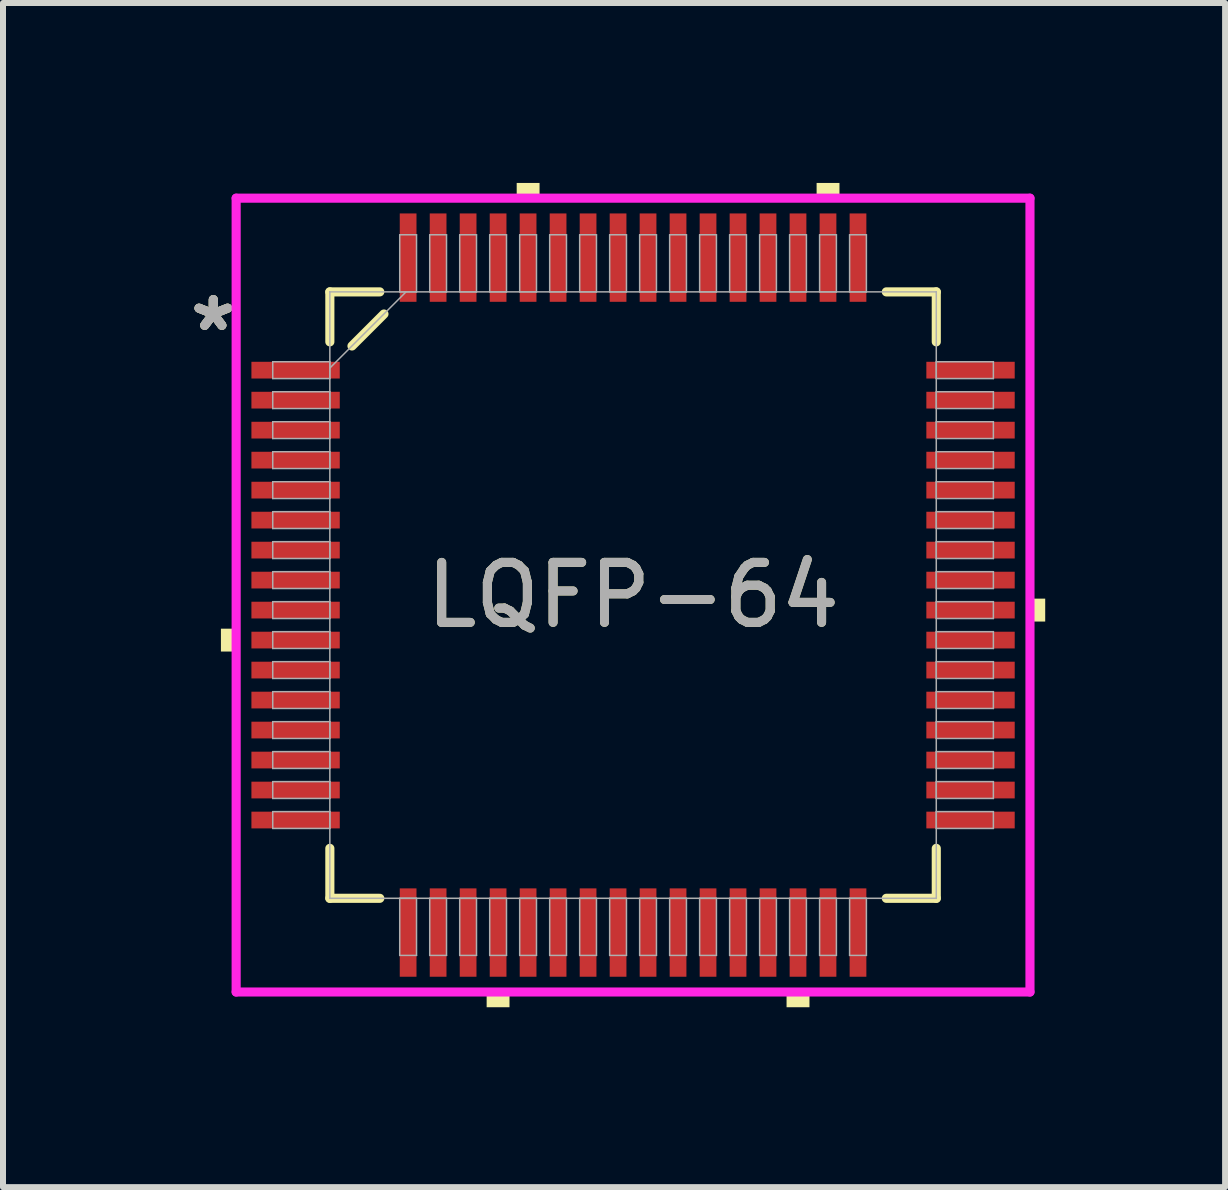
<source format=kicad_pcb>
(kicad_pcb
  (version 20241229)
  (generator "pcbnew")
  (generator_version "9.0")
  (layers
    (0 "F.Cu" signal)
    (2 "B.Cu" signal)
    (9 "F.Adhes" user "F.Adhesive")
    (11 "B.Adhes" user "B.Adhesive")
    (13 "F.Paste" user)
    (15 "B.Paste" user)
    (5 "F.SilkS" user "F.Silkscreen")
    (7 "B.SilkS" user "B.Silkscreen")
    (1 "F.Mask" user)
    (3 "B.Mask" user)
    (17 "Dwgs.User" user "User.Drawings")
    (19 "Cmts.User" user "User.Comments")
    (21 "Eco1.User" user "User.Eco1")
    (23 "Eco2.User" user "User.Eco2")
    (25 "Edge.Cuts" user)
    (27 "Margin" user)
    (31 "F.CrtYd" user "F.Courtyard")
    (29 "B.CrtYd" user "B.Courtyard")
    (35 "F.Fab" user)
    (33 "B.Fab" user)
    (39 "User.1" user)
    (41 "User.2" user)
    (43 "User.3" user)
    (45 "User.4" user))
  (footprint "LQFP-64"
    (layer "F.Cu")
    (at 7.504 6.871)
    (property "Reference" "LQFP-64" (at 0 0 0) (unlocked yes) (layer "F.SilkS") (effects (font (size 1 1) (thickness 0.15))))
    (attr smd)
    (fp_line (start -5.055 -5.055) (end -5.055 -4.222) (stroke (width 0.152) (type solid)) (layer "F.SilkS"))
    (fp_line (start -5.055 4.222) (end -5.055 5.055) (stroke (width 0.152) (type solid)) (layer "F.SilkS"))
    (fp_line (start -5.055 5.055) (end -4.222 5.055) (stroke (width 0.152) (type solid)) (layer "F.SilkS"))
    (fp_line (start -4.686 -4.153) (end -4.153 -4.686) (stroke (width 0.152) (type solid)) (layer "F.SilkS"))
    (fp_line (start -4.222 -5.055) (end -5.055 -5.055) (stroke (width 0.152) (type solid)) (layer "F.SilkS"))
    (fp_line (start 4.222 5.055) (end 5.055 5.055) (stroke (width 0.152) (type solid)) (layer "F.SilkS"))
    (fp_line (start 5.055 -5.055) (end 4.222 -5.055) (stroke (width 0.152) (type solid)) (layer "F.SilkS"))
    (fp_line (start 5.055 -4.222) (end 5.055 -5.055) (stroke (width 0.152) (type solid)) (layer "F.SilkS"))
    (fp_line (start 5.055 5.055) (end 5.055 4.222) (stroke (width 0.152) (type solid)) (layer "F.SilkS"))
    (fp_poly (pts (xy -6.871 0.56) (xy -6.871 0.941) (xy -6.617 0.941) (xy -6.617 0.56)) (stroke (width 0) (type solid)) (fill yes) (layer "F.SilkS"))
    (fp_poly (pts (xy -2.441 6.617) (xy -2.441 6.871) (xy -2.06 6.871) (xy -2.06 6.617)) (stroke (width 0) (type solid)) (fill yes) (layer "F.SilkS"))
    (fp_poly (pts (xy -1.94 -6.617) (xy -1.94 -6.871) (xy -1.559 -6.871) (xy -1.559 -6.617)) (stroke (width 0) (type solid)) (fill yes) (layer "F.SilkS"))
    (fp_poly (pts (xy 2.559 6.617) (xy 2.559 6.871) (xy 2.941 6.871) (xy 2.941 6.617)) (stroke (width 0) (type solid)) (fill yes) (layer "F.SilkS"))
    (fp_poly (pts (xy 3.06 -6.617) (xy 3.06 -6.871) (xy 3.441 -6.871) (xy 3.441 -6.617)) (stroke (width 0) (type solid)) (fill yes) (layer "F.SilkS"))
    (fp_poly (pts (xy 6.871 0.059) (xy 6.871 0.441) (xy 6.617 0.441) (xy 6.617 0.059)) (stroke (width 0) (type solid)) (fill yes) (layer "F.SilkS"))
    (fp_line (start -6.617 -6.617) (end 6.617 -6.617) (stroke (width 0.152) (type solid)) (layer "F.CrtYd"))
    (fp_line (start -6.617 6.617) (end -6.617 -6.617) (stroke (width 0.152) (type solid)) (layer "F.CrtYd"))
    (fp_line (start 6.617 -6.617) (end 6.617 6.617) (stroke (width 0.152) (type solid)) (layer "F.CrtYd"))
    (fp_line (start 6.617 6.617) (end -6.617 6.617) (stroke (width 0.152) (type solid)) (layer "F.CrtYd"))
    (fp_line (start -6.007 -3.89) (end -6.007 -3.61) (stroke (width 0.025) (type solid)) (layer "F.Fab"))
    (fp_line (start -6.007 -3.61) (end -5.055 -3.61) (stroke (width 0.025) (type solid)) (layer "F.Fab"))
    (fp_line (start -6.007 -3.39) (end -6.007 -3.11) (stroke (width 0.025) (type solid)) (layer "F.Fab"))
    (fp_line (start -6.007 -3.11) (end -5.055 -3.11) (stroke (width 0.025) (type solid)) (layer "F.Fab"))
    (fp_line (start -6.007 -2.89) (end -6.007 -2.61) (stroke (width 0.025) (type solid)) (layer "F.Fab"))
    (fp_line (start -6.007 -2.61) (end -5.055 -2.61) (stroke (width 0.025) (type solid)) (layer "F.Fab"))
    (fp_line (start -6.007 -2.39) (end -6.007 -2.11) (stroke (width 0.025) (type solid)) (layer "F.Fab"))
    (fp_line (start -6.007 -2.11) (end -5.055 -2.11) (stroke (width 0.025) (type solid)) (layer "F.Fab"))
    (fp_line (start -6.007 -1.89) (end -6.007 -1.61) (stroke (width 0.025) (type solid)) (layer "F.Fab"))
    (fp_line (start -6.007 -1.61) (end -5.055 -1.61) (stroke (width 0.025) (type solid)) (layer "F.Fab"))
    (fp_line (start -6.007 -1.39) (end -6.007 -1.11) (stroke (width 0.025) (type solid)) (layer "F.Fab"))
    (fp_line (start -6.007 -1.11) (end -5.055 -1.11) (stroke (width 0.025) (type solid)) (layer "F.Fab"))
    (fp_line (start -6.007 -0.89) (end -6.007 -0.61) (stroke (width 0.025) (type solid)) (layer "F.Fab"))
    (fp_line (start -6.007 -0.61) (end -5.055 -0.61) (stroke (width 0.025) (type solid)) (layer "F.Fab"))
    (fp_line (start -6.007 -0.39) (end -6.007 -0.11) (stroke (width 0.025) (type solid)) (layer "F.Fab"))
    (fp_line (start -6.007 -0.11) (end -5.055 -0.11) (stroke (width 0.025) (type solid)) (layer "F.Fab"))
    (fp_line (start -6.007 0.11) (end -6.007 0.39) (stroke (width 0.025) (type solid)) (layer "F.Fab"))
    (fp_line (start -6.007 0.39) (end -5.055 0.39) (stroke (width 0.025) (type solid)) (layer "F.Fab"))
    (fp_line (start -6.007 0.61) (end -6.007 0.89) (stroke (width 0.025) (type solid)) (layer "F.Fab"))
    (fp_line (start -6.007 0.89) (end -5.055 0.89) (stroke (width 0.025) (type solid)) (layer "F.Fab"))
    (fp_line (start -6.007 1.11) (end -6.007 1.39) (stroke (width 0.025) (type solid)) (layer "F.Fab"))
    (fp_line (start -6.007 1.39) (end -5.055 1.39) (stroke (width 0.025) (type solid)) (layer "F.Fab"))
    (fp_line (start -6.007 1.61) (end -6.007 1.89) (stroke (width 0.025) (type solid)) (layer "F.Fab"))
    (fp_line (start -6.007 1.89) (end -5.055 1.89) (stroke (width 0.025) (type solid)) (layer "F.Fab"))
    (fp_line (start -6.007 2.11) (end -6.007 2.39) (stroke (width 0.025) (type solid)) (layer "F.Fab"))
    (fp_line (start -6.007 2.39) (end -5.055 2.39) (stroke (width 0.025) (type solid)) (layer "F.Fab"))
    (fp_line (start -6.007 2.61) (end -6.007 2.89) (stroke (width 0.025) (type solid)) (layer "F.Fab"))
    (fp_line (start -6.007 2.89) (end -5.055 2.89) (stroke (width 0.025) (type solid)) (layer "F.Fab"))
    (fp_line (start -6.007 3.11) (end -6.007 3.39) (stroke (width 0.025) (type solid)) (layer "F.Fab"))
    (fp_line (start -6.007 3.39) (end -5.055 3.39) (stroke (width 0.025) (type solid)) (layer "F.Fab"))
    (fp_line (start -6.007 3.61) (end -6.007 3.89) (stroke (width 0.025) (type solid)) (layer "F.Fab"))
    (fp_line (start -6.007 3.89) (end -5.055 3.89) (stroke (width 0.025) (type solid)) (layer "F.Fab"))
    (fp_line (start -5.055 -5.055) (end -5.055 -5.055) (stroke (width 0.025) (type solid)) (layer "F.Fab"))
    (fp_line (start -5.055 -5.055) (end -5.055 5.055) (stroke (width 0.025) (type solid)) (layer "F.Fab"))
    (fp_line (start -5.055 -3.89) (end -6.007 -3.89) (stroke (width 0.025) (type solid)) (layer "F.Fab"))
    (fp_line (start -5.055 -3.785) (end -3.785 -5.055) (stroke (width 0.025) (type solid)) (layer "F.Fab"))
    (fp_line (start -5.055 -3.61) (end -5.055 -3.89) (stroke (width 0.025) (type solid)) (layer "F.Fab"))
    (fp_line (start -5.055 -3.39) (end -6.007 -3.39) (stroke (width 0.025) (type solid)) (layer "F.Fab"))
    (fp_line (start -5.055 -3.11) (end -5.055 -3.39) (stroke (width 0.025) (type solid)) (layer "F.Fab"))
    (fp_line (start -5.055 -2.89) (end -6.007 -2.89) (stroke (width 0.025) (type solid)) (layer "F.Fab"))
    (fp_line (start -5.055 -2.61) (end -5.055 -2.89) (stroke (width 0.025) (type solid)) (layer "F.Fab"))
    (fp_line (start -5.055 -2.39) (end -6.007 -2.39) (stroke (width 0.025) (type solid)) (layer "F.Fab"))
    (fp_line (start -5.055 -2.11) (end -5.055 -2.39) (stroke (width 0.025) (type solid)) (layer "F.Fab"))
    (fp_line (start -5.055 -1.89) (end -6.007 -1.89) (stroke (width 0.025) (type solid)) (layer "F.Fab"))
    (fp_line (start -5.055 -1.61) (end -5.055 -1.89) (stroke (width 0.025) (type solid)) (layer "F.Fab"))
    (fp_line (start -5.055 -1.39) (end -6.007 -1.39) (stroke (width 0.025) (type solid)) (layer "F.Fab"))
    (fp_line (start -5.055 -1.11) (end -5.055 -1.39) (stroke (width 0.025) (type solid)) (layer "F.Fab"))
    (fp_line (start -5.055 -0.89) (end -6.007 -0.89) (stroke (width 0.025) (type solid)) (layer "F.Fab"))
    (fp_line (start -5.055 -0.61) (end -5.055 -0.89) (stroke (width 0.025) (type solid)) (layer "F.Fab"))
    (fp_line (start -5.055 -0.39) (end -6.007 -0.39) (stroke (width 0.025) (type solid)) (layer "F.Fab"))
    (fp_line (start -5.055 -0.11) (end -5.055 -0.39) (stroke (width 0.025) (type solid)) (layer "F.Fab"))
    (fp_line (start -5.055 0.11) (end -6.007 0.11) (stroke (width 0.025) (type solid)) (layer "F.Fab"))
    (fp_line (start -5.055 0.39) (end -5.055 0.11) (stroke (width 0.025) (type solid)) (layer "F.Fab"))
    (fp_line (start -5.055 0.61) (end -6.007 0.61) (stroke (width 0.025) (type solid)) (layer "F.Fab"))
    (fp_line (start -5.055 0.89) (end -5.055 0.61) (stroke (width 0.025) (type solid)) (layer "F.Fab"))
    (fp_line (start -5.055 1.11) (end -6.007 1.11) (stroke (width 0.025) (type solid)) (layer "F.Fab"))
    (fp_line (start -5.055 1.39) (end -5.055 1.11) (stroke (width 0.025) (type solid)) (layer "F.Fab"))
    (fp_line (start -5.055 1.61) (end -6.007 1.61) (stroke (width 0.025) (type solid)) (layer "F.Fab"))
    (fp_line (start -5.055 1.89) (end -5.055 1.61) (stroke (width 0.025) (type solid)) (layer "F.Fab"))
    (fp_line (start -5.055 2.11) (end -6.007 2.11) (stroke (width 0.025) (type solid)) (layer "F.Fab"))
    (fp_line (start -5.055 2.39) (end -5.055 2.11) (stroke (width 0.025) (type solid)) (layer "F.Fab"))
    (fp_line (start -5.055 2.61) (end -6.007 2.61) (stroke (width 0.025) (type solid)) (layer "F.Fab"))
    (fp_line (start -5.055 2.89) (end -5.055 2.61) (stroke (width 0.025) (type solid)) (layer "F.Fab"))
    (fp_line (start -5.055 3.11) (end -6.007 3.11) (stroke (width 0.025) (type solid)) (layer "F.Fab"))
    (fp_line (start -5.055 3.39) (end -5.055 3.11) (stroke (width 0.025) (type solid)) (layer "F.Fab"))
    (fp_line (start -5.055 3.61) (end -6.007 3.61) (stroke (width 0.025) (type solid)) (layer "F.Fab"))
    (fp_line (start -5.055 3.89) (end -5.055 3.61) (stroke (width 0.025) (type solid)) (layer "F.Fab"))
    (fp_line (start -5.055 5.055) (end -5.055 5.055) (stroke (width 0.025) (type solid)) (layer "F.Fab"))
    (fp_line (start -5.055 5.055) (end 5.055 5.055) (stroke (width 0.025) (type solid)) (layer "F.Fab"))
    (fp_line (start -3.89 -6.007) (end -3.89 -5.055) (stroke (width 0.025) (type solid)) (layer "F.Fab"))
    (fp_line (start -3.89 -5.055) (end -3.61 -5.055) (stroke (width 0.025) (type solid)) (layer "F.Fab"))
    (fp_line (start -3.89 5.055) (end -3.89 6.007) (stroke (width 0.025) (type solid)) (layer "F.Fab"))
    (fp_line (start -3.89 6.007) (end -3.61 6.007) (stroke (width 0.025) (type solid)) (layer "F.Fab"))
    (fp_line (start -3.61 -6.007) (end -3.89 -6.007) (stroke (width 0.025) (type solid)) (layer "F.Fab"))
    (fp_line (start -3.61 -5.055) (end -3.61 -6.007) (stroke (width 0.025) (type solid)) (layer "F.Fab"))
    (fp_line (start -3.61 5.055) (end -3.89 5.055) (stroke (width 0.025) (type solid)) (layer "F.Fab"))
    (fp_line (start -3.61 6.007) (end -3.61 5.055) (stroke (width 0.025) (type solid)) (layer "F.Fab"))
    (fp_line (start -3.39 -6.007) (end -3.39 -5.055) (stroke (width 0.025) (type solid)) (layer "F.Fab"))
    (fp_line (start -3.39 -5.055) (end -3.11 -5.055) (stroke (width 0.025) (type solid)) (layer "F.Fab"))
    (fp_line (start -3.39 5.055) (end -3.39 6.007) (stroke (width 0.025) (type solid)) (layer "F.Fab"))
    (fp_line (start -3.39 6.007) (end -3.11 6.007) (stroke (width 0.025) (type solid)) (layer "F.Fab"))
    (fp_line (start -3.11 -6.007) (end -3.39 -6.007) (stroke (width 0.025) (type solid)) (layer "F.Fab"))
    (fp_line (start -3.11 -5.055) (end -3.11 -6.007) (stroke (width 0.025) (type solid)) (layer "F.Fab"))
    (fp_line (start -3.11 5.055) (end -3.39 5.055) (stroke (width 0.025) (type solid)) (layer "F.Fab"))
    (fp_line (start -3.11 6.007) (end -3.11 5.055) (stroke (width 0.025) (type solid)) (layer "F.Fab"))
    (fp_line (start -2.89 -6.007) (end -2.89 -5.055) (stroke (width 0.025) (type solid)) (layer "F.Fab"))
    (fp_line (start -2.89 -5.055) (end -2.61 -5.055) (stroke (width 0.025) (type solid)) (layer "F.Fab"))
    (fp_line (start -2.89 5.055) (end -2.89 6.007) (stroke (width 0.025) (type solid)) (layer "F.Fab"))
    (fp_line (start -2.89 6.007) (end -2.61 6.007) (stroke (width 0.025) (type solid)) (layer "F.Fab"))
    (fp_line (start -2.61 -6.007) (end -2.89 -6.007) (stroke (width 0.025) (type solid)) (layer "F.Fab"))
    (fp_line (start -2.61 -5.055) (end -2.61 -6.007) (stroke (width 0.025) (type solid)) (layer "F.Fab"))
    (fp_line (start -2.61 5.055) (end -2.89 5.055) (stroke (width 0.025) (type solid)) (layer "F.Fab"))
    (fp_line (start -2.61 6.007) (end -2.61 5.055) (stroke (width 0.025) (type solid)) (layer "F.Fab"))
    (fp_line (start -2.39 -6.007) (end -2.39 -5.055) (stroke (width 0.025) (type solid)) (layer "F.Fab"))
    (fp_line (start -2.39 -5.055) (end -2.11 -5.055) (stroke (width 0.025) (type solid)) (layer "F.Fab"))
    (fp_line (start -2.39 5.055) (end -2.39 6.007) (stroke (width 0.025) (type solid)) (layer "F.Fab"))
    (fp_line (start -2.39 6.007) (end -2.11 6.007) (stroke (width 0.025) (type solid)) (layer "F.Fab"))
    (fp_line (start -2.11 -6.007) (end -2.39 -6.007) (stroke (width 0.025) (type solid)) (layer "F.Fab"))
    (fp_line (start -2.11 -5.055) (end -2.11 -6.007) (stroke (width 0.025) (type solid)) (layer "F.Fab"))
    (fp_line (start -2.11 5.055) (end -2.39 5.055) (stroke (width 0.025) (type solid)) (layer "F.Fab"))
    (fp_line (start -2.11 6.007) (end -2.11 5.055) (stroke (width 0.025) (type solid)) (layer "F.Fab"))
    (fp_line (start -1.89 -6.007) (end -1.89 -5.055) (stroke (width 0.025) (type solid)) (layer "F.Fab"))
    (fp_line (start -1.89 -5.055) (end -1.61 -5.055) (stroke (width 0.025) (type solid)) (layer "F.Fab"))
    (fp_line (start -1.89 5.055) (end -1.89 6.007) (stroke (width 0.025) (type solid)) (layer "F.Fab"))
    (fp_line (start -1.89 6.007) (end -1.61 6.007) (stroke (width 0.025) (type solid)) (layer "F.Fab"))
    (fp_line (start -1.61 -6.007) (end -1.89 -6.007) (stroke (width 0.025) (type solid)) (layer "F.Fab"))
    (fp_line (start -1.61 -5.055) (end -1.61 -6.007) (stroke (width 0.025) (type solid)) (layer "F.Fab"))
    (fp_line (start -1.61 5.055) (end -1.89 5.055) (stroke (width 0.025) (type solid)) (layer "F.Fab"))
    (fp_line (start -1.61 6.007) (end -1.61 5.055) (stroke (width 0.025) (type solid)) (layer "F.Fab"))
    (fp_line (start -1.39 -6.007) (end -1.39 -5.055) (stroke (width 0.025) (type solid)) (layer "F.Fab"))
    (fp_line (start -1.39 -5.055) (end -1.11 -5.055) (stroke (width 0.025) (type solid)) (layer "F.Fab"))
    (fp_line (start -1.39 5.055) (end -1.39 6.007) (stroke (width 0.025) (type solid)) (layer "F.Fab"))
    (fp_line (start -1.39 6.007) (end -1.11 6.007) (stroke (width 0.025) (type solid)) (layer "F.Fab"))
    (fp_line (start -1.11 -6.007) (end -1.39 -6.007) (stroke (width 0.025) (type solid)) (layer "F.Fab"))
    (fp_line (start -1.11 -5.055) (end -1.11 -6.007) (stroke (width 0.025) (type solid)) (layer "F.Fab"))
    (fp_line (start -1.11 5.055) (end -1.39 5.055) (stroke (width 0.025) (type solid)) (layer "F.Fab"))
    (fp_line (start -1.11 6.007) (end -1.11 5.055) (stroke (width 0.025) (type solid)) (layer "F.Fab"))
    (fp_line (start -0.89 -6.007) (end -0.89 -5.055) (stroke (width 0.025) (type solid)) (layer "F.Fab"))
    (fp_line (start -0.89 -5.055) (end -0.61 -5.055) (stroke (width 0.025) (type solid)) (layer "F.Fab"))
    (fp_line (start -0.89 5.055) (end -0.89 6.007) (stroke (width 0.025) (type solid)) (layer "F.Fab"))
    (fp_line (start -0.89 6.007) (end -0.61 6.007) (stroke (width 0.025) (type solid)) (layer "F.Fab"))
    (fp_line (start -0.61 -6.007) (end -0.89 -6.007) (stroke (width 0.025) (type solid)) (layer "F.Fab"))
    (fp_line (start -0.61 -5.055) (end -0.61 -6.007) (stroke (width 0.025) (type solid)) (layer "F.Fab"))
    (fp_line (start -0.61 5.055) (end -0.89 5.055) (stroke (width 0.025) (type solid)) (layer "F.Fab"))
    (fp_line (start -0.61 6.007) (end -0.61 5.055) (stroke (width 0.025) (type solid)) (layer "F.Fab"))
    (fp_line (start -0.39 -6.007) (end -0.39 -5.055) (stroke (width 0.025) (type solid)) (layer "F.Fab"))
    (fp_line (start -0.39 -5.055) (end -0.11 -5.055) (stroke (width 0.025) (type solid)) (layer "F.Fab"))
    (fp_line (start -0.39 5.055) (end -0.39 6.007) (stroke (width 0.025) (type solid)) (layer "F.Fab"))
    (fp_line (start -0.39 6.007) (end -0.11 6.007) (stroke (width 0.025) (type solid)) (layer "F.Fab"))
    (fp_line (start -0.11 -6.007) (end -0.39 -6.007) (stroke (width 0.025) (type solid)) (layer "F.Fab"))
    (fp_line (start -0.11 -5.055) (end -0.11 -6.007) (stroke (width 0.025) (type solid)) (layer "F.Fab"))
    (fp_line (start -0.11 5.055) (end -0.39 5.055) (stroke (width 0.025) (type solid)) (layer "F.Fab"))
    (fp_line (start -0.11 6.007) (end -0.11 5.055) (stroke (width 0.025) (type solid)) (layer "F.Fab"))
    (fp_line (start 0.11 -6.007) (end 0.11 -5.055) (stroke (width 0.025) (type solid)) (layer "F.Fab"))
    (fp_line (start 0.11 -5.055) (end 0.39 -5.055) (stroke (width 0.025) (type solid)) (layer "F.Fab"))
    (fp_line (start 0.11 5.055) (end 0.11 6.007) (stroke (width 0.025) (type solid)) (layer "F.Fab"))
    (fp_line (start 0.11 6.007) (end 0.39 6.007) (stroke (width 0.025) (type solid)) (layer "F.Fab"))
    (fp_line (start 0.39 -6.007) (end 0.11 -6.007) (stroke (width 0.025) (type solid)) (layer "F.Fab"))
    (fp_line (start 0.39 -5.055) (end 0.39 -6.007) (stroke (width 0.025) (type solid)) (layer "F.Fab"))
    (fp_line (start 0.39 5.055) (end 0.11 5.055) (stroke (width 0.025) (type solid)) (layer "F.Fab"))
    (fp_line (start 0.39 6.007) (end 0.39 5.055) (stroke (width 0.025) (type solid)) (layer "F.Fab"))
    (fp_line (start 0.61 -6.007) (end 0.61 -5.055) (stroke (width 0.025) (type solid)) (layer "F.Fab"))
    (fp_line (start 0.61 -5.055) (end 0.89 -5.055) (stroke (width 0.025) (type solid)) (layer "F.Fab"))
    (fp_line (start 0.61 5.055) (end 0.61 6.007) (stroke (width 0.025) (type solid)) (layer "F.Fab"))
    (fp_line (start 0.61 6.007) (end 0.89 6.007) (stroke (width 0.025) (type solid)) (layer "F.Fab"))
    (fp_line (start 0.89 -6.007) (end 0.61 -6.007) (stroke (width 0.025) (type solid)) (layer "F.Fab"))
    (fp_line (start 0.89 -5.055) (end 0.89 -6.007) (stroke (width 0.025) (type solid)) (layer "F.Fab"))
    (fp_line (start 0.89 5.055) (end 0.61 5.055) (stroke (width 0.025) (type solid)) (layer "F.Fab"))
    (fp_line (start 0.89 6.007) (end 0.89 5.055) (stroke (width 0.025) (type solid)) (layer "F.Fab"))
    (fp_line (start 1.11 -6.007) (end 1.11 -5.055) (stroke (width 0.025) (type solid)) (layer "F.Fab"))
    (fp_line (start 1.11 -5.055) (end 1.39 -5.055) (stroke (width 0.025) (type solid)) (layer "F.Fab"))
    (fp_line (start 1.11 5.055) (end 1.11 6.007) (stroke (width 0.025) (type solid)) (layer "F.Fab"))
    (fp_line (start 1.11 6.007) (end 1.39 6.007) (stroke (width 0.025) (type solid)) (layer "F.Fab"))
    (fp_line (start 1.39 -6.007) (end 1.11 -6.007) (stroke (width 0.025) (type solid)) (layer "F.Fab"))
    (fp_line (start 1.39 -5.055) (end 1.39 -6.007) (stroke (width 0.025) (type solid)) (layer "F.Fab"))
    (fp_line (start 1.39 5.055) (end 1.11 5.055) (stroke (width 0.025) (type solid)) (layer "F.Fab"))
    (fp_line (start 1.39 6.007) (end 1.39 5.055) (stroke (width 0.025) (type solid)) (layer "F.Fab"))
    (fp_line (start 1.61 -6.007) (end 1.61 -5.055) (stroke (width 0.025) (type solid)) (layer "F.Fab"))
    (fp_line (start 1.61 -5.055) (end 1.89 -5.055) (stroke (width 0.025) (type solid)) (layer "F.Fab"))
    (fp_line (start 1.61 5.055) (end 1.61 6.007) (stroke (width 0.025) (type solid)) (layer "F.Fab"))
    (fp_line (start 1.61 6.007) (end 1.89 6.007) (stroke (width 0.025) (type solid)) (layer "F.Fab"))
    (fp_line (start 1.89 -6.007) (end 1.61 -6.007) (stroke (width 0.025) (type solid)) (layer "F.Fab"))
    (fp_line (start 1.89 -5.055) (end 1.89 -6.007) (stroke (width 0.025) (type solid)) (layer "F.Fab"))
    (fp_line (start 1.89 5.055) (end 1.61 5.055) (stroke (width 0.025) (type solid)) (layer "F.Fab"))
    (fp_line (start 1.89 6.007) (end 1.89 5.055) (stroke (width 0.025) (type solid)) (layer "F.Fab"))
    (fp_line (start 2.11 -6.007) (end 2.11 -5.055) (stroke (width 0.025) (type solid)) (layer "F.Fab"))
    (fp_line (start 2.11 -5.055) (end 2.39 -5.055) (stroke (width 0.025) (type solid)) (layer "F.Fab"))
    (fp_line (start 2.11 5.055) (end 2.11 6.007) (stroke (width 0.025) (type solid)) (layer "F.Fab"))
    (fp_line (start 2.11 6.007) (end 2.39 6.007) (stroke (width 0.025) (type solid)) (layer "F.Fab"))
    (fp_line (start 2.39 -6.007) (end 2.11 -6.007) (stroke (width 0.025) (type solid)) (layer "F.Fab"))
    (fp_line (start 2.39 -5.055) (end 2.39 -6.007) (stroke (width 0.025) (type solid)) (layer "F.Fab"))
    (fp_line (start 2.39 5.055) (end 2.11 5.055) (stroke (width 0.025) (type solid)) (layer "F.Fab"))
    (fp_line (start 2.39 6.007) (end 2.39 5.055) (stroke (width 0.025) (type solid)) (layer "F.Fab"))
    (fp_line (start 2.61 -6.007) (end 2.61 -5.055) (stroke (width 0.025) (type solid)) (layer "F.Fab"))
    (fp_line (start 2.61 -5.055) (end 2.89 -5.055) (stroke (width 0.025) (type solid)) (layer "F.Fab"))
    (fp_line (start 2.61 5.055) (end 2.61 6.007) (stroke (width 0.025) (type solid)) (layer "F.Fab"))
    (fp_line (start 2.61 6.007) (end 2.89 6.007) (stroke (width 0.025) (type solid)) (layer "F.Fab"))
    (fp_line (start 2.89 -6.007) (end 2.61 -6.007) (stroke (width 0.025) (type solid)) (layer "F.Fab"))
    (fp_line (start 2.89 -5.055) (end 2.89 -6.007) (stroke (width 0.025) (type solid)) (layer "F.Fab"))
    (fp_line (start 2.89 5.055) (end 2.61 5.055) (stroke (width 0.025) (type solid)) (layer "F.Fab"))
    (fp_line (start 2.89 6.007) (end 2.89 5.055) (stroke (width 0.025) (type solid)) (layer "F.Fab"))
    (fp_line (start 3.11 -6.007) (end 3.11 -5.055) (stroke (width 0.025) (type solid)) (layer "F.Fab"))
    (fp_line (start 3.11 -5.055) (end 3.39 -5.055) (stroke (width 0.025) (type solid)) (layer "F.Fab"))
    (fp_line (start 3.11 5.055) (end 3.11 6.007) (stroke (width 0.025) (type solid)) (layer "F.Fab"))
    (fp_line (start 3.11 6.007) (end 3.39 6.007) (stroke (width 0.025) (type solid)) (layer "F.Fab"))
    (fp_line (start 3.39 -6.007) (end 3.11 -6.007) (stroke (width 0.025) (type solid)) (layer "F.Fab"))
    (fp_line (start 3.39 -5.055) (end 3.39 -6.007) (stroke (width 0.025) (type solid)) (layer "F.Fab"))
    (fp_line (start 3.39 5.055) (end 3.11 5.055) (stroke (width 0.025) (type solid)) (layer "F.Fab"))
    (fp_line (start 3.39 6.007) (end 3.39 5.055) (stroke (width 0.025) (type solid)) (layer "F.Fab"))
    (fp_line (start 3.61 -6.007) (end 3.61 -5.055) (stroke (width 0.025) (type solid)) (layer "F.Fab"))
    (fp_line (start 3.61 -5.055) (end 3.89 -5.055) (stroke (width 0.025) (type solid)) (layer "F.Fab"))
    (fp_line (start 3.61 5.055) (end 3.61 6.007) (stroke (width 0.025) (type solid)) (layer "F.Fab"))
    (fp_line (start 3.61 6.007) (end 3.89 6.007) (stroke (width 0.025) (type solid)) (layer "F.Fab"))
    (fp_line (start 3.89 -6.007) (end 3.61 -6.007) (stroke (width 0.025) (type solid)) (layer "F.Fab"))
    (fp_line (start 3.89 -5.055) (end 3.89 -6.007) (stroke (width 0.025) (type solid)) (layer "F.Fab"))
    (fp_line (start 3.89 5.055) (end 3.61 5.055) (stroke (width 0.025) (type solid)) (layer "F.Fab"))
    (fp_line (start 3.89 6.007) (end 3.89 5.055) (stroke (width 0.025) (type solid)) (layer "F.Fab"))
    (fp_line (start 5.055 -5.055) (end -5.055 -5.055) (stroke (width 0.025) (type solid)) (layer "F.Fab"))
    (fp_line (start 5.055 -5.055) (end 5.055 -5.055) (stroke (width 0.025) (type solid)) (layer "F.Fab"))
    (fp_line (start 5.055 -3.89) (end 5.055 -3.61) (stroke (width 0.025) (type solid)) (layer "F.Fab"))
    (fp_line (start 5.055 -3.61) (end 6.007 -3.61) (stroke (width 0.025) (type solid)) (layer "F.Fab"))
    (fp_line (start 5.055 -3.39) (end 5.055 -3.11) (stroke (width 0.025) (type solid)) (layer "F.Fab"))
    (fp_line (start 5.055 -3.11) (end 6.007 -3.11) (stroke (width 0.025) (type solid)) (layer "F.Fab"))
    (fp_line (start 5.055 -2.89) (end 5.055 -2.61) (stroke (width 0.025) (type solid)) (layer "F.Fab"))
    (fp_line (start 5.055 -2.61) (end 6.007 -2.61) (stroke (width 0.025) (type solid)) (layer "F.Fab"))
    (fp_line (start 5.055 -2.39) (end 5.055 -2.11) (stroke (width 0.025) (type solid)) (layer "F.Fab"))
    (fp_line (start 5.055 -2.11) (end 6.007 -2.11) (stroke (width 0.025) (type solid)) (layer "F.Fab"))
    (fp_line (start 5.055 -1.89) (end 5.055 -1.61) (stroke (width 0.025) (type solid)) (layer "F.Fab"))
    (fp_line (start 5.055 -1.61) (end 6.007 -1.61) (stroke (width 0.025) (type solid)) (layer "F.Fab"))
    (fp_line (start 5.055 -1.39) (end 5.055 -1.11) (stroke (width 0.025) (type solid)) (layer "F.Fab"))
    (fp_line (start 5.055 -1.11) (end 6.007 -1.11) (stroke (width 0.025) (type solid)) (layer "F.Fab"))
    (fp_line (start 5.055 -0.89) (end 5.055 -0.61) (stroke (width 0.025) (type solid)) (layer "F.Fab"))
    (fp_line (start 5.055 -0.61) (end 6.007 -0.61) (stroke (width 0.025) (type solid)) (layer "F.Fab"))
    (fp_line (start 5.055 -0.39) (end 5.055 -0.11) (stroke (width 0.025) (type solid)) (layer "F.Fab"))
    (fp_line (start 5.055 -0.11) (end 6.007 -0.11) (stroke (width 0.025) (type solid)) (layer "F.Fab"))
    (fp_line (start 5.055 0.11) (end 5.055 0.39) (stroke (width 0.025) (type solid)) (layer "F.Fab"))
    (fp_line (start 5.055 0.39) (end 6.007 0.39) (stroke (width 0.025) (type solid)) (layer "F.Fab"))
    (fp_line (start 5.055 0.61) (end 5.055 0.89) (stroke (width 0.025) (type solid)) (layer "F.Fab"))
    (fp_line (start 5.055 0.89) (end 6.007 0.89) (stroke (width 0.025) (type solid)) (layer "F.Fab"))
    (fp_line (start 5.055 1.11) (end 5.055 1.39) (stroke (width 0.025) (type solid)) (layer "F.Fab"))
    (fp_line (start 5.055 1.39) (end 6.007 1.39) (stroke (width 0.025) (type solid)) (layer "F.Fab"))
    (fp_line (start 5.055 1.61) (end 5.055 1.89) (stroke (width 0.025) (type solid)) (layer "F.Fab"))
    (fp_line (start 5.055 1.89) (end 6.007 1.89) (stroke (width 0.025) (type solid)) (layer "F.Fab"))
    (fp_line (start 5.055 2.11) (end 5.055 2.39) (stroke (width 0.025) (type solid)) (layer "F.Fab"))
    (fp_line (start 5.055 2.39) (end 6.007 2.39) (stroke (width 0.025) (type solid)) (layer "F.Fab"))
    (fp_line (start 5.055 2.61) (end 5.055 2.89) (stroke (width 0.025) (type solid)) (layer "F.Fab"))
    (fp_line (start 5.055 2.89) (end 6.007 2.89) (stroke (width 0.025) (type solid)) (layer "F.Fab"))
    (fp_line (start 5.055 3.11) (end 5.055 3.39) (stroke (width 0.025) (type solid)) (layer "F.Fab"))
    (fp_line (start 5.055 3.39) (end 6.007 3.39) (stroke (width 0.025) (type solid)) (layer "F.Fab"))
    (fp_line (start 5.055 3.61) (end 5.055 3.89) (stroke (width 0.025) (type solid)) (layer "F.Fab"))
    (fp_line (start 5.055 3.89) (end 6.007 3.89) (stroke (width 0.025) (type solid)) (layer "F.Fab"))
    (fp_line (start 5.055 5.055) (end 5.055 -5.055) (stroke (width 0.025) (type solid)) (layer "F.Fab"))
    (fp_line (start 5.055 5.055) (end 5.055 5.055) (stroke (width 0.025) (type solid)) (layer "F.Fab"))
    (fp_line (start 6.007 -3.89) (end 5.055 -3.89) (stroke (width 0.025) (type solid)) (layer "F.Fab"))
    (fp_line (start 6.007 -3.61) (end 6.007 -3.89) (stroke (width 0.025) (type solid)) (layer "F.Fab"))
    (fp_line (start 6.007 -3.39) (end 5.055 -3.39) (stroke (width 0.025) (type solid)) (layer "F.Fab"))
    (fp_line (start 6.007 -3.11) (end 6.007 -3.39) (stroke (width 0.025) (type solid)) (layer "F.Fab"))
    (fp_line (start 6.007 -2.89) (end 5.055 -2.89) (stroke (width 0.025) (type solid)) (layer "F.Fab"))
    (fp_line (start 6.007 -2.61) (end 6.007 -2.89) (stroke (width 0.025) (type solid)) (layer "F.Fab"))
    (fp_line (start 6.007 -2.39) (end 5.055 -2.39) (stroke (width 0.025) (type solid)) (layer "F.Fab"))
    (fp_line (start 6.007 -2.11) (end 6.007 -2.39) (stroke (width 0.025) (type solid)) (layer "F.Fab"))
    (fp_line (start 6.007 -1.89) (end 5.055 -1.89) (stroke (width 0.025) (type solid)) (layer "F.Fab"))
    (fp_line (start 6.007 -1.61) (end 6.007 -1.89) (stroke (width 0.025) (type solid)) (layer "F.Fab"))
    (fp_line (start 6.007 -1.39) (end 5.055 -1.39) (stroke (width 0.025) (type solid)) (layer "F.Fab"))
    (fp_line (start 6.007 -1.11) (end 6.007 -1.39) (stroke (width 0.025) (type solid)) (layer "F.Fab"))
    (fp_line (start 6.007 -0.89) (end 5.055 -0.89) (stroke (width 0.025) (type solid)) (layer "F.Fab"))
    (fp_line (start 6.007 -0.61) (end 6.007 -0.89) (stroke (width 0.025) (type solid)) (layer "F.Fab"))
    (fp_line (start 6.007 -0.39) (end 5.055 -0.39) (stroke (width 0.025) (type solid)) (layer "F.Fab"))
    (fp_line (start 6.007 -0.11) (end 6.007 -0.39) (stroke (width 0.025) (type solid)) (layer "F.Fab"))
    (fp_line (start 6.007 0.11) (end 5.055 0.11) (stroke (width 0.025) (type solid)) (layer "F.Fab"))
    (fp_line (start 6.007 0.39) (end 6.007 0.11) (stroke (width 0.025) (type solid)) (layer "F.Fab"))
    (fp_line (start 6.007 0.61) (end 5.055 0.61) (stroke (width 0.025) (type solid)) (layer "F.Fab"))
    (fp_line (start 6.007 0.89) (end 6.007 0.61) (stroke (width 0.025) (type solid)) (layer "F.Fab"))
    (fp_line (start 6.007 1.11) (end 5.055 1.11) (stroke (width 0.025) (type solid)) (layer "F.Fab"))
    (fp_line (start 6.007 1.39) (end 6.007 1.11) (stroke (width 0.025) (type solid)) (layer "F.Fab"))
    (fp_line (start 6.007 1.61) (end 5.055 1.61) (stroke (width 0.025) (type solid)) (layer "F.Fab"))
    (fp_line (start 6.007 1.89) (end 6.007 1.61) (stroke (width 0.025) (type solid)) (layer "F.Fab"))
    (fp_line (start 6.007 2.11) (end 5.055 2.11) (stroke (width 0.025) (type solid)) (layer "F.Fab"))
    (fp_line (start 6.007 2.39) (end 6.007 2.11) (stroke (width 0.025) (type solid)) (layer "F.Fab"))
    (fp_line (start 6.007 2.61) (end 5.055 2.61) (stroke (width 0.025) (type solid)) (layer "F.Fab"))
    (fp_line (start 6.007 2.89) (end 6.007 2.61) (stroke (width 0.025) (type solid)) (layer "F.Fab"))
    (fp_line (start 6.007 3.11) (end 5.055 3.11) (stroke (width 0.025) (type solid)) (layer "F.Fab"))
    (fp_line (start 6.007 3.39) (end 6.007 3.11) (stroke (width 0.025) (type solid)) (layer "F.Fab"))
    (fp_line (start 6.007 3.61) (end 5.055 3.61) (stroke (width 0.025) (type solid)) (layer "F.Fab"))
    (fp_line (start 6.007 3.89) (end 6.007 3.61) (stroke (width 0.025) (type solid)) (layer "F.Fab"))
    (fp_text user "*" (at -6.998 -4.381 0) (layer "F.SilkS") (effects (font (size 1 1) (thickness 0.15))))
    (fp_text user "*" (at -6.998 -4.381 0) (unlocked yes) (layer "F.SilkS") (effects (font (size 1 1) (thickness 0.15))))
    (fp_text user "*" (at -6.998 -4.381 0) (unlocked yes) (layer "F.Fab") (effects (font (size 1 1) (thickness 0.15))))
    (fp_text user "*" (at -6.998 -4.381 0) (layer "F.Fab") (effects (font (size 1 1) (thickness 0.15))))
    (fp_text user "${REFERENCE}" (at 0 0 0) (unlocked yes) (layer "F.Fab") (effects (font (size 1 1) (thickness 0.15))))
    (pad "1" smd rect (at -5.626 -3.75 90) (size 0.279 1.473) (layers "F.Cu" "F.Mask" "F.Paste"))
    (pad "2" smd rect (at -5.626 -3.25 90) (size 0.279 1.473) (layers "F.Cu" "F.Mask" "F.Paste"))
    (pad "3" smd rect (at -5.626 -2.75 90) (size 0.279 1.473) (layers "F.Cu" "F.Mask" "F.Paste"))
    (pad "4" smd rect (at -5.626 -2.25 90) (size 0.279 1.473) (layers "F.Cu" "F.Mask" "F.Paste"))
    (pad "5" smd rect (at -5.626 -1.75 90) (size 0.279 1.473) (layers "F.Cu" "F.Mask" "F.Paste"))
    (pad "6" smd rect (at -5.626 -1.25 90) (size 0.279 1.473) (layers "F.Cu" "F.Mask" "F.Paste"))
    (pad "7" smd rect (at -5.626 -0.75 90) (size 0.279 1.473) (layers "F.Cu" "F.Mask" "F.Paste"))
    (pad "8" smd rect (at -5.626 -0.25 90) (size 0.279 1.473) (layers "F.Cu" "F.Mask" "F.Paste"))
    (pad "9" smd rect (at -5.626 0.25 90) (size 0.279 1.473) (layers "F.Cu" "F.Mask" "F.Paste"))
    (pad "10" smd rect (at -5.626 0.75 90) (size 0.279 1.473) (layers "F.Cu" "F.Mask" "F.Paste"))
    (pad "11" smd rect (at -5.626 1.25 90) (size 0.279 1.473) (layers "F.Cu" "F.Mask" "F.Paste"))
    (pad "12" smd rect (at -5.626 1.75 90) (size 0.279 1.473) (layers "F.Cu" "F.Mask" "F.Paste"))
    (pad "13" smd rect (at -5.626 2.25 90) (size 0.279 1.473) (layers "F.Cu" "F.Mask" "F.Paste"))
    (pad "14" smd rect (at -5.626 2.75 90) (size 0.279 1.473) (layers "F.Cu" "F.Mask" "F.Paste"))
    (pad "15" smd rect (at -5.626 3.25 90) (size 0.279 1.473) (layers "F.Cu" "F.Mask" "F.Paste"))
    (pad "16" smd rect (at -5.626 3.75 90) (size 0.279 1.473) (layers "F.Cu" "F.Mask" "F.Paste"))
    (pad "17" smd rect (at -3.75 5.626) (size 0.279 1.473) (layers "F.Cu" "F.Mask" "F.Paste"))
    (pad "18" smd rect (at -3.25 5.626) (size 0.279 1.473) (layers "F.Cu" "F.Mask" "F.Paste"))
    (pad "19" smd rect (at -2.75 5.626) (size 0.279 1.473) (layers "F.Cu" "F.Mask" "F.Paste"))
    (pad "20" smd rect (at -2.25 5.626) (size 0.279 1.473) (layers "F.Cu" "F.Mask" "F.Paste"))
    (pad "21" smd rect (at -1.75 5.626) (size 0.279 1.473) (layers "F.Cu" "F.Mask" "F.Paste"))
    (pad "22" smd rect (at -1.25 5.626) (size 0.279 1.473) (layers "F.Cu" "F.Mask" "F.Paste"))
    (pad "23" smd rect (at -0.75 5.626) (size 0.279 1.473) (layers "F.Cu" "F.Mask" "F.Paste"))
    (pad "24" smd rect (at -0.25 5.626) (size 0.279 1.473) (layers "F.Cu" "F.Mask" "F.Paste"))
    (pad "25" smd rect (at 0.25 5.626) (size 0.279 1.473) (layers "F.Cu" "F.Mask" "F.Paste"))
    (pad "26" smd rect (at 0.75 5.626) (size 0.279 1.473) (layers "F.Cu" "F.Mask" "F.Paste"))
    (pad "27" smd rect (at 1.25 5.626) (size 0.279 1.473) (layers "F.Cu" "F.Mask" "F.Paste"))
    (pad "28" smd rect (at 1.75 5.626) (size 0.279 1.473) (layers "F.Cu" "F.Mask" "F.Paste"))
    (pad "29" smd rect (at 2.25 5.626) (size 0.279 1.473) (layers "F.Cu" "F.Mask" "F.Paste"))
    (pad "30" smd rect (at 2.75 5.626) (size 0.279 1.473) (layers "F.Cu" "F.Mask" "F.Paste"))
    (pad "31" smd rect (at 3.25 5.626) (size 0.279 1.473) (layers "F.Cu" "F.Mask" "F.Paste"))
    (pad "32" smd rect (at 3.75 5.626) (size 0.279 1.473) (layers "F.Cu" "F.Mask" "F.Paste"))
    (pad "33" smd rect (at 5.626 3.75 90) (size 0.279 1.473) (layers "F.Cu" "F.Mask" "F.Paste"))
    (pad "34" smd rect (at 5.626 3.25 90) (size 0.279 1.473) (layers "F.Cu" "F.Mask" "F.Paste"))
    (pad "35" smd rect (at 5.626 2.75 90) (size 0.279 1.473) (layers "F.Cu" "F.Mask" "F.Paste"))
    (pad "36" smd rect (at 5.626 2.25 90) (size 0.279 1.473) (layers "F.Cu" "F.Mask" "F.Paste"))
    (pad "37" smd rect (at 5.626 1.75 90) (size 0.279 1.473) (layers "F.Cu" "F.Mask" "F.Paste"))
    (pad "38" smd rect (at 5.626 1.25 90) (size 0.279 1.473) (layers "F.Cu" "F.Mask" "F.Paste"))
    (pad "39" smd rect (at 5.626 0.75 90) (size 0.279 1.473) (layers "F.Cu" "F.Mask" "F.Paste"))
    (pad "40" smd rect (at 5.626 0.25 90) (size 0.279 1.473) (layers "F.Cu" "F.Mask" "F.Paste"))
    (pad "41" smd rect (at 5.626 -0.25 90) (size 0.279 1.473) (layers "F.Cu" "F.Mask" "F.Paste"))
    (pad "42" smd rect (at 5.626 -0.75 90) (size 0.279 1.473) (layers "F.Cu" "F.Mask" "F.Paste"))
    (pad "43" smd rect (at 5.626 -1.25 90) (size 0.279 1.473) (layers "F.Cu" "F.Mask" "F.Paste"))
    (pad "44" smd rect (at 5.626 -1.75 90) (size 0.279 1.473) (layers "F.Cu" "F.Mask" "F.Paste"))
    (pad "45" smd rect (at 5.626 -2.25 90) (size 0.279 1.473) (layers "F.Cu" "F.Mask" "F.Paste"))
    (pad "46" smd rect (at 5.626 -2.75 90) (size 0.279 1.473) (layers "F.Cu" "F.Mask" "F.Paste"))
    (pad "47" smd rect (at 5.626 -3.25 90) (size 0.279 1.473) (layers "F.Cu" "F.Mask" "F.Paste"))
    (pad "48" smd rect (at 5.626 -3.75 90) (size 0.279 1.473) (layers "F.Cu" "F.Mask" "F.Paste"))
    (pad "49" smd rect (at 3.75 -5.626) (size 0.279 1.473) (layers "F.Cu" "F.Mask" "F.Paste"))
    (pad "50" smd rect (at 3.25 -5.626) (size 0.279 1.473) (layers "F.Cu" "F.Mask" "F.Paste"))
    (pad "51" smd rect (at 2.75 -5.626) (size 0.279 1.473) (layers "F.Cu" "F.Mask" "F.Paste"))
    (pad "52" smd rect (at 2.25 -5.626) (size 0.279 1.473) (layers "F.Cu" "F.Mask" "F.Paste"))
    (pad "53" smd rect (at 1.75 -5.626) (size 0.279 1.473) (layers "F.Cu" "F.Mask" "F.Paste"))
    (pad "54" smd rect (at 1.25 -5.626) (size 0.279 1.473) (layers "F.Cu" "F.Mask" "F.Paste"))
    (pad "55" smd rect (at 0.75 -5.626) (size 0.279 1.473) (layers "F.Cu" "F.Mask" "F.Paste"))
    (pad "56" smd rect (at 0.25 -5.626) (size 0.279 1.473) (layers "F.Cu" "F.Mask" "F.Paste"))
    (pad "57" smd rect (at -0.25 -5.626) (size 0.279 1.473) (layers "F.Cu" "F.Mask" "F.Paste"))
    (pad "58" smd rect (at -0.75 -5.626) (size 0.279 1.473) (layers "F.Cu" "F.Mask" "F.Paste"))
    (pad "59" smd rect (at -1.25 -5.626) (size 0.279 1.473) (layers "F.Cu" "F.Mask" "F.Paste"))
    (pad "60" smd rect (at -1.75 -5.626) (size 0.279 1.473) (layers "F.Cu" "F.Mask" "F.Paste"))
    (pad "61" smd rect (at -2.25 -5.626) (size 0.279 1.473) (layers "F.Cu" "F.Mask" "F.Paste"))
    (pad "62" smd rect (at -2.75 -5.626) (size 0.279 1.473) (layers "F.Cu" "F.Mask" "F.Paste"))
    (pad "63" smd rect (at -3.25 -5.626) (size 0.279 1.473) (layers "F.Cu" "F.Mask" "F.Paste"))
    (pad "64" smd rect (at -3.75 -5.626) (size 0.279 1.473) (layers "F.Cu" "F.Mask" "F.Paste")))
  (gr_rect
    (start -3 -3)
    (end 17.374 16.741)
    (stroke (width 0.1) (type default))
    (fill no)
    (layer "Edge.Cuts")))
</source>
